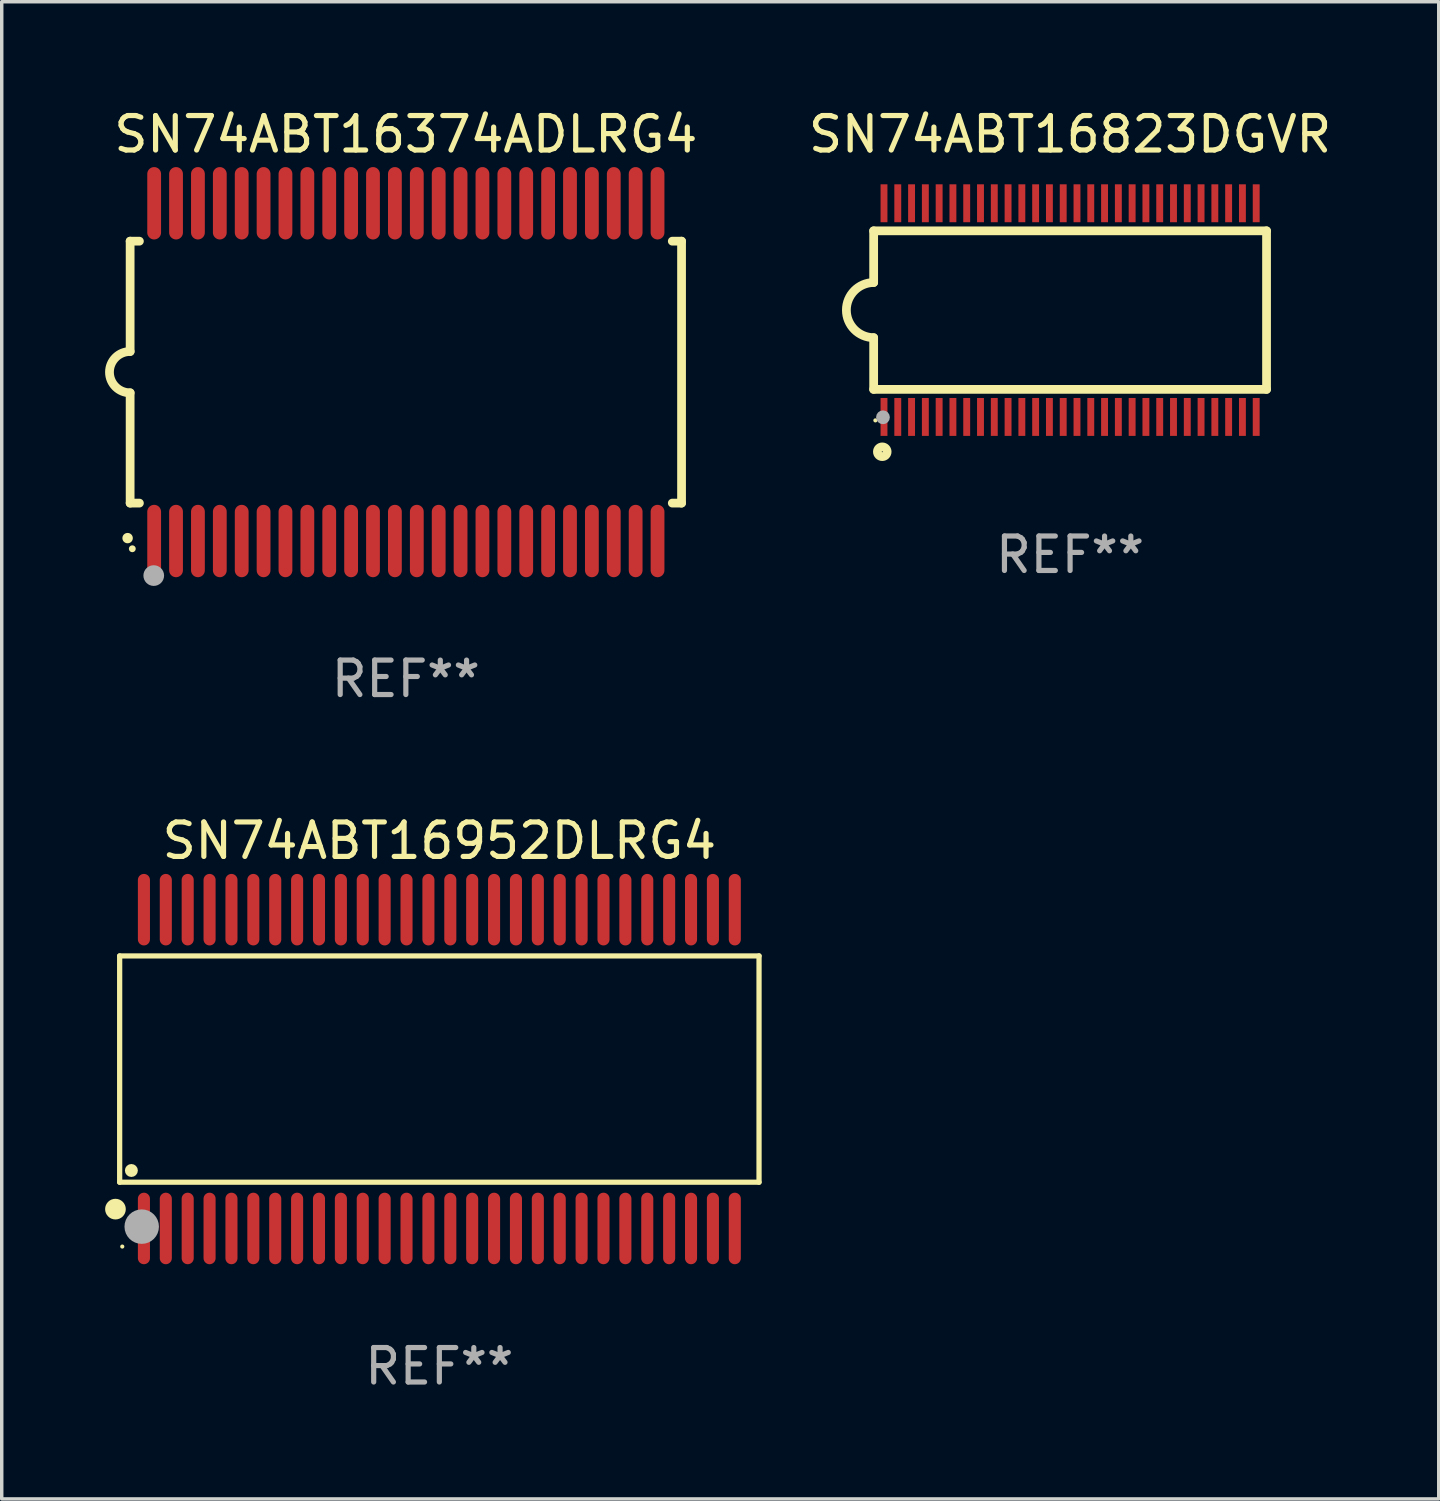
<source format=kicad_pcb>
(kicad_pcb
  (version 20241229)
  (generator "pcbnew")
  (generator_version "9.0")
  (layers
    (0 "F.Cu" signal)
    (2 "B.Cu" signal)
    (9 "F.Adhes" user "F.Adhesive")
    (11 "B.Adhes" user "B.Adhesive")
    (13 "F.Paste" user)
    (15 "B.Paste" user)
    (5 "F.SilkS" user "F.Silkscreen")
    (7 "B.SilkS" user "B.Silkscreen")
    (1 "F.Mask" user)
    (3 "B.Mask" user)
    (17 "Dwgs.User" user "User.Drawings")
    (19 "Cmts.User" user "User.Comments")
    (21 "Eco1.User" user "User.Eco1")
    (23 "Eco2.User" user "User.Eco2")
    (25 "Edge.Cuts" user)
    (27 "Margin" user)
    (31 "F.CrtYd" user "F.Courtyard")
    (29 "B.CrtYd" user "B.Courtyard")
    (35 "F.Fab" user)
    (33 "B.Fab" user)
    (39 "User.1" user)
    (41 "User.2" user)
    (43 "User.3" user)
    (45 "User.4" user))
  (footprint "SN74ABT16952DLRG4"
    (layer "F.Cu")
    (at 9.698 27.97)
    (property "Reference" "SN74ABT16952DLRG4" (at 0 -6.625 0) (layer "F.SilkS") (effects (font (size 1 1) (thickness 0.15))))
    (attr through_hole)
    (fp_line (start -9.276 -3.283) (end 9.276 -3.283) (stroke (width 0.152) (type solid)) (layer "F.SilkS"))
    (fp_line (start -9.276 3.283) (end -9.276 -3.283) (stroke (width 0.152) (type solid)) (layer "F.SilkS"))
    (fp_line (start 9.276 -3.283) (end 9.276 3.283) (stroke (width 0.152) (type solid)) (layer "F.SilkS"))
    (fp_line (start 9.276 3.283) (end -9.276 3.283) (stroke (width 0.152) (type solid)) (layer "F.SilkS"))
    (fp_circle (center -9.398 4.064) (end -9.248 4.064) (stroke (width 0.3) (type solid)) (fill no) (layer "F.SilkS"))
    (fp_circle (center -9.2 5.15) (end -9.17 5.15) (stroke (width 0.06) (type solid)) (fill no) (layer "F.SilkS"))
    (fp_circle (center -8.936 2.943) (end -8.842 2.943) (stroke (width 0.188) (type solid)) (fill no) (layer "F.SilkS"))
    (fp_circle (center -8.636 4.572) (end -8.386 4.572) (stroke (width 0.5) (type solid)) (fill no) (layer "F.Fab"))
    (fp_text user "REF**" (at 0 8.625 0) (layer "F.Fab") (effects (font (size 1 1) (thickness 0.15))))
    (pad "1" smd oval (at -8.572 4.625 90) (size 2.075 0.35) (layers "F.Cu" "F.Mask" "F.Paste"))
    (pad "2" smd oval (at -7.937 4.625 90) (size 2.075 0.35) (layers "F.Cu" "F.Mask" "F.Paste"))
    (pad "3" smd oval (at -7.302 4.625 90) (size 2.075 0.35) (layers "F.Cu" "F.Mask" "F.Paste"))
    (pad "4" smd oval (at -6.667 4.625 90) (size 2.075 0.35) (layers "F.Cu" "F.Mask" "F.Paste"))
    (pad "5" smd oval (at -6.032 4.625 90) (size 2.075 0.35) (layers "F.Cu" "F.Mask" "F.Paste"))
    (pad "6" smd oval (at -5.397 4.625 90) (size 2.075 0.35) (layers "F.Cu" "F.Mask" "F.Paste"))
    (pad "7" smd oval (at -4.762 4.625 90) (size 2.075 0.35) (layers "F.Cu" "F.Mask" "F.Paste"))
    (pad "8" smd oval (at -4.127 4.625 90) (size 2.075 0.35) (layers "F.Cu" "F.Mask" "F.Paste"))
    (pad "9" smd oval (at -3.492 4.625 90) (size 2.075 0.35) (layers "F.Cu" "F.Mask" "F.Paste"))
    (pad "10" smd oval (at -2.857 4.625 90) (size 2.075 0.35) (layers "F.Cu" "F.Mask" "F.Paste"))
    (pad "11" smd oval (at -2.222 4.625 90) (size 2.075 0.35) (layers "F.Cu" "F.Mask" "F.Paste"))
    (pad "12" smd oval (at -1.587 4.625 90) (size 2.075 0.35) (layers "F.Cu" "F.Mask" "F.Paste"))
    (pad "13" smd oval (at -0.952 4.625 90) (size 2.075 0.35) (layers "F.Cu" "F.Mask" "F.Paste"))
    (pad "14" smd oval (at -0.317 4.625 90) (size 2.075 0.35) (layers "F.Cu" "F.Mask" "F.Paste"))
    (pad "15" smd oval (at 0.318 4.625 90) (size 2.075 0.35) (layers "F.Cu" "F.Mask" "F.Paste"))
    (pad "16" smd oval (at 0.953 4.625 90) (size 2.075 0.35) (layers "F.Cu" "F.Mask" "F.Paste"))
    (pad "17" smd oval (at 1.588 4.625 90) (size 2.075 0.35) (layers "F.Cu" "F.Mask" "F.Paste"))
    (pad "18" smd oval (at 2.223 4.625 90) (size 2.075 0.35) (layers "F.Cu" "F.Mask" "F.Paste"))
    (pad "19" smd oval (at 2.858 4.625 90) (size 2.075 0.35) (layers "F.Cu" "F.Mask" "F.Paste"))
    (pad "20" smd oval (at 3.493 4.625 90) (size 2.075 0.35) (layers "F.Cu" "F.Mask" "F.Paste"))
    (pad "21" smd oval (at 4.128 4.625 90) (size 2.075 0.35) (layers "F.Cu" "F.Mask" "F.Paste"))
    (pad "22" smd oval (at 4.763 4.625 90) (size 2.075 0.35) (layers "F.Cu" "F.Mask" "F.Paste"))
    (pad "23" smd oval (at 5.398 4.625 90) (size 2.075 0.35) (layers "F.Cu" "F.Mask" "F.Paste"))
    (pad "24" smd oval (at 6.033 4.625 90) (size 2.075 0.35) (layers "F.Cu" "F.Mask" "F.Paste"))
    (pad "25" smd oval (at 6.668 4.625 90) (size 2.075 0.35) (layers "F.Cu" "F.Mask" "F.Paste"))
    (pad "26" smd oval (at 7.303 4.625 90) (size 2.075 0.35) (layers "F.Cu" "F.Mask" "F.Paste"))
    (pad "27" smd oval (at 7.938 4.625 90) (size 2.075 0.35) (layers "F.Cu" "F.Mask" "F.Paste"))
    (pad "28" smd oval (at 8.573 4.625 90) (size 2.075 0.35) (layers "F.Cu" "F.Mask" "F.Paste"))
    (pad "29" smd oval (at 8.573 -4.625 90) (size 2.075 0.35) (layers "F.Cu" "F.Mask" "F.Paste"))
    (pad "30" smd oval (at 7.938 -4.625 90) (size 2.075 0.35) (layers "F.Cu" "F.Mask" "F.Paste"))
    (pad "31" smd oval (at 7.303 -4.625 90) (size 2.075 0.35) (layers "F.Cu" "F.Mask" "F.Paste"))
    (pad "32" smd oval (at 6.668 -4.625 90) (size 2.075 0.35) (layers "F.Cu" "F.Mask" "F.Paste"))
    (pad "33" smd oval (at 6.033 -4.625 90) (size 2.075 0.35) (layers "F.Cu" "F.Mask" "F.Paste"))
    (pad "34" smd oval (at 5.398 -4.625 90) (size 2.075 0.35) (layers "F.Cu" "F.Mask" "F.Paste"))
    (pad "35" smd oval (at 4.763 -4.625 90) (size 2.075 0.35) (layers "F.Cu" "F.Mask" "F.Paste"))
    (pad "36" smd oval (at 4.128 -4.625 90) (size 2.075 0.35) (layers "F.Cu" "F.Mask" "F.Paste"))
    (pad "37" smd oval (at 3.493 -4.625 90) (size 2.075 0.35) (layers "F.Cu" "F.Mask" "F.Paste"))
    (pad "38" smd oval (at 2.858 -4.625 90) (size 2.075 0.35) (layers "F.Cu" "F.Mask" "F.Paste"))
    (pad "39" smd oval (at 2.223 -4.625 90) (size 2.075 0.35) (layers "F.Cu" "F.Mask" "F.Paste"))
    (pad "40" smd oval (at 1.588 -4.625 90) (size 2.075 0.35) (layers "F.Cu" "F.Mask" "F.Paste"))
    (pad "41" smd oval (at 0.953 -4.625 90) (size 2.075 0.35) (layers "F.Cu" "F.Mask" "F.Paste"))
    (pad "42" smd oval (at 0.318 -4.625 90) (size 2.075 0.35) (layers "F.Cu" "F.Mask" "F.Paste"))
    (pad "43" smd oval (at -0.317 -4.625 90) (size 2.075 0.35) (layers "F.Cu" "F.Mask" "F.Paste"))
    (pad "44" smd oval (at -0.952 -4.625 90) (size 2.075 0.35) (layers "F.Cu" "F.Mask" "F.Paste"))
    (pad "45" smd oval (at -1.587 -4.625 90) (size 2.075 0.35) (layers "F.Cu" "F.Mask" "F.Paste"))
    (pad "46" smd oval (at -2.222 -4.625 90) (size 2.075 0.35) (layers "F.Cu" "F.Mask" "F.Paste"))
    (pad "47" smd oval (at -2.857 -4.625 90) (size 2.075 0.35) (layers "F.Cu" "F.Mask" "F.Paste"))
    (pad "48" smd oval (at -3.492 -4.625 90) (size 2.075 0.35) (layers "F.Cu" "F.Mask" "F.Paste"))
    (pad "49" smd oval (at -4.127 -4.625 90) (size 2.075 0.35) (layers "F.Cu" "F.Mask" "F.Paste"))
    (pad "50" smd oval (at -4.762 -4.625 90) (size 2.075 0.35) (layers "F.Cu" "F.Mask" "F.Paste"))
    (pad "51" smd oval (at -5.397 -4.625 90) (size 2.075 0.35) (layers "F.Cu" "F.Mask" "F.Paste"))
    (pad "52" smd oval (at -6.032 -4.625 90) (size 2.075 0.35) (layers "F.Cu" "F.Mask" "F.Paste"))
    (pad "53" smd oval (at -6.667 -4.625 90) (size 2.075 0.35) (layers "F.Cu" "F.Mask" "F.Paste"))
    (pad "54" smd oval (at -7.302 -4.625 90) (size 2.075 0.35) (layers "F.Cu" "F.Mask" "F.Paste"))
    (pad "55" smd oval (at -7.937 -4.625 90) (size 2.075 0.35) (layers "F.Cu" "F.Mask" "F.Paste"))
    (pad "56" smd oval (at -8.572 -4.625 90) (size 2.075 0.35) (layers "F.Cu" "F.Mask" "F.Paste")))
  (footprint "SN74ABT16374ADLRG4"
    (layer "F.Cu")
    (at 8.726 7.748)
    (property "Reference" "SN74ABT16374ADLRG4" (at 0 -6.9 0) (layer "F.SilkS") (effects (font (size 1 1) (thickness 0.15))))
    (attr through_hole)
    (fp_line (start -8 -3.8) (end -8 -0.599) (stroke (width 0.254) (type solid)) (layer "F.SilkS"))
    (fp_line (start -8 -3.8) (end -7.731 -3.8) (stroke (width 0.254) (type solid)) (layer "F.SilkS"))
    (fp_line (start -8 3.8) (end -8 0.599) (stroke (width 0.254) (type solid)) (layer "F.SilkS"))
    (fp_line (start -7.731 3.8) (end -8 3.8) (stroke (width 0.254) (type solid)) (layer "F.SilkS"))
    (fp_line (start 7.731 -3.8) (end 8 -3.8) (stroke (width 0.254) (type solid)) (layer "F.SilkS"))
    (fp_line (start 8 -3.8) (end 8 3.8) (stroke (width 0.254) (type solid)) (layer "F.SilkS"))
    (fp_line (start 8 3.8) (end 7.731 3.8) (stroke (width 0.254) (type solid)) (layer "F.SilkS"))
    (fp_arc (start -8.074676 4.81585) (mid -8.073406 4.815845) (end -8.072136 4.81585) (stroke (width 0.3) (type solid)) (layer "F.SilkS"))
    (fp_arc (start -8.000025 0.6) (mid -8.598908 0.00056) (end -8.000027 -0.598882) (stroke (width 0.254001) (type solid)) (layer "F.SilkS"))
    (fp_circle (center -7.937 5.125) (end -7.887 5.125) (stroke (width 0.1) (type solid)) (fill no) (layer "F.SilkS"))
    (fp_circle (center -7.315 5.903) (end -7.165 5.903) (stroke (width 0.3) (type solid)) (fill no) (layer "F.Fab"))
    (fp_text user "REF**" (at 0 8.9 0) (layer "F.Fab") (effects (font (size 1 1) (thickness 0.15))))
    (pad "1" smd oval (at -7.303 4.9) (size 0.4 2.1) (layers "F.Cu" "F.Mask" "F.Paste"))
    (pad "2" smd oval (at -6.668 4.9) (size 0.4 2.1) (layers "F.Cu" "F.Mask" "F.Paste"))
    (pad "3" smd oval (at -6.033 4.9) (size 0.4 2.1) (layers "F.Cu" "F.Mask" "F.Paste"))
    (pad "4" smd oval (at -5.398 4.9) (size 0.4 2.1) (layers "F.Cu" "F.Mask" "F.Paste"))
    (pad "5" smd oval (at -4.763 4.9) (size 0.4 2.1) (layers "F.Cu" "F.Mask" "F.Paste"))
    (pad "6" smd oval (at -4.128 4.9) (size 0.4 2.1) (layers "F.Cu" "F.Mask" "F.Paste"))
    (pad "7" smd oval (at -3.493 4.9) (size 0.4 2.1) (layers "F.Cu" "F.Mask" "F.Paste"))
    (pad "8" smd oval (at -2.858 4.9) (size 0.4 2.1) (layers "F.Cu" "F.Mask" "F.Paste"))
    (pad "9" smd oval (at -2.223 4.9) (size 0.4 2.1) (layers "F.Cu" "F.Mask" "F.Paste"))
    (pad "10" smd oval (at -1.588 4.9) (size 0.4 2.1) (layers "F.Cu" "F.Mask" "F.Paste"))
    (pad "11" smd oval (at -0.953 4.9) (size 0.4 2.1) (layers "F.Cu" "F.Mask" "F.Paste"))
    (pad "12" smd oval (at -0.318 4.9) (size 0.4 2.1) (layers "F.Cu" "F.Mask" "F.Paste"))
    (pad "13" smd oval (at 0.318 4.9) (size 0.4 2.1) (layers "F.Cu" "F.Mask" "F.Paste"))
    (pad "14" smd oval (at 0.953 4.9) (size 0.4 2.1) (layers "F.Cu" "F.Mask" "F.Paste"))
    (pad "15" smd oval (at 1.588 4.9) (size 0.4 2.1) (layers "F.Cu" "F.Mask" "F.Paste"))
    (pad "16" smd oval (at 2.223 4.9) (size 0.4 2.1) (layers "F.Cu" "F.Mask" "F.Paste"))
    (pad "17" smd oval (at 2.858 4.9) (size 0.4 2.1) (layers "F.Cu" "F.Mask" "F.Paste"))
    (pad "18" smd oval (at 3.493 4.9) (size 0.4 2.1) (layers "F.Cu" "F.Mask" "F.Paste"))
    (pad "19" smd oval (at 4.128 4.9) (size 0.4 2.1) (layers "F.Cu" "F.Mask" "F.Paste"))
    (pad "20" smd oval (at 4.763 4.9) (size 0.4 2.1) (layers "F.Cu" "F.Mask" "F.Paste"))
    (pad "21" smd oval (at 5.398 4.9) (size 0.4 2.1) (layers "F.Cu" "F.Mask" "F.Paste"))
    (pad "22" smd oval (at 6.033 4.9) (size 0.4 2.1) (layers "F.Cu" "F.Mask" "F.Paste"))
    (pad "23" smd oval (at 6.668 4.9) (size 0.4 2.1) (layers "F.Cu" "F.Mask" "F.Paste"))
    (pad "24" smd oval (at 7.303 4.9) (size 0.4 2.1) (layers "F.Cu" "F.Mask" "F.Paste"))
    (pad "25" smd oval (at 7.303 -4.9 180) (size 0.4 2.1) (layers "F.Cu" "F.Mask" "F.Paste"))
    (pad "26" smd oval (at 6.668 -4.9 180) (size 0.4 2.1) (layers "F.Cu" "F.Mask" "F.Paste"))
    (pad "27" smd oval (at 6.033 -4.9 180) (size 0.4 2.1) (layers "F.Cu" "F.Mask" "F.Paste"))
    (pad "28" smd oval (at 5.398 -4.9 180) (size 0.4 2.1) (layers "F.Cu" "F.Mask" "F.Paste"))
    (pad "29" smd oval (at 4.763 -4.9 180) (size 0.4 2.1) (layers "F.Cu" "F.Mask" "F.Paste"))
    (pad "30" smd oval (at 4.128 -4.9 180) (size 0.4 2.1) (layers "F.Cu" "F.Mask" "F.Paste"))
    (pad "31" smd oval (at 3.493 -4.9 180) (size 0.4 2.1) (layers "F.Cu" "F.Mask" "F.Paste"))
    (pad "32" smd oval (at 2.858 -4.9 180) (size 0.4 2.1) (layers "F.Cu" "F.Mask" "F.Paste"))
    (pad "33" smd oval (at 2.223 -4.9 180) (size 0.4 2.1) (layers "F.Cu" "F.Mask" "F.Paste"))
    (pad "34" smd oval (at 1.588 -4.9 180) (size 0.4 2.1) (layers "F.Cu" "F.Mask" "F.Paste"))
    (pad "35" smd oval (at 0.953 -4.9 180) (size 0.4 2.1) (layers "F.Cu" "F.Mask" "F.Paste"))
    (pad "36" smd oval (at 0.318 -4.9 180) (size 0.4 2.1) (layers "F.Cu" "F.Mask" "F.Paste"))
    (pad "37" smd oval (at -0.318 -4.9 180) (size 0.4 2.1) (layers "F.Cu" "F.Mask" "F.Paste"))
    (pad "38" smd oval (at -0.953 -4.9 180) (size 0.4 2.1) (layers "F.Cu" "F.Mask" "F.Paste"))
    (pad "39" smd oval (at -1.588 -4.9 180) (size 0.4 2.1) (layers "F.Cu" "F.Mask" "F.Paste"))
    (pad "40" smd oval (at -2.223 -4.9 180) (size 0.4 2.1) (layers "F.Cu" "F.Mask" "F.Paste"))
    (pad "41" smd oval (at -2.858 -4.9 180) (size 0.4 2.1) (layers "F.Cu" "F.Mask" "F.Paste"))
    (pad "42" smd oval (at -3.493 -4.9 180) (size 0.4 2.1) (layers "F.Cu" "F.Mask" "F.Paste"))
    (pad "43" smd oval (at -4.128 -4.9 180) (size 0.4 2.1) (layers "F.Cu" "F.Mask" "F.Paste"))
    (pad "44" smd oval (at -4.763 -4.9 180) (size 0.4 2.1) (layers "F.Cu" "F.Mask" "F.Paste"))
    (pad "45" smd oval (at -5.398 -4.9 180) (size 0.4 2.1) (layers "F.Cu" "F.Mask" "F.Paste"))
    (pad "46" smd oval (at -6.033 -4.9 180) (size 0.4 2.1) (layers "F.Cu" "F.Mask" "F.Paste"))
    (pad "47" smd oval (at -6.668 -4.9 180) (size 0.4 2.1) (layers "F.Cu" "F.Mask" "F.Paste"))
    (pad "48" smd oval (at -7.303 -4.9 180) (size 0.4 2.1) (layers "F.Cu" "F.Mask" "F.Paste")))
  (footprint "SN74ABT16823DGVR"
    (layer "F.Cu")
    (at 28 5.948)
    (property "Reference" "SN74ABT16823DGVR" (at 0 -5.1 0) (layer "F.SilkS") (effects (font (size 1 1) (thickness 0.15))))
    (attr through_hole)
    (fp_line (start -5.7 -2.3) (end -5.7 -0.8) (stroke (width 0.254) (type solid)) (layer "F.SilkS"))
    (fp_line (start -5.7 -2.3) (end 5.7 -2.3) (stroke (width 0.254) (type solid)) (layer "F.SilkS"))
    (fp_line (start -5.7 2.3) (end -5.7 0.8) (stroke (width 0.254) (type solid)) (layer "F.SilkS"))
    (fp_line (start -5.7 2.3) (end 5.7 2.3) (stroke (width 0.254) (type solid)) (layer "F.SilkS"))
    (fp_line (start 5.7 -2.3) (end 5.7 2.3) (stroke (width 0.254) (type solid)) (layer "F.SilkS"))
    (fp_arc (start -5.700013 0.800025) (mid -6.500343 -0.000382) (end -5.699962 -0.800737) (stroke (width 0.254001) (type solid)) (layer "F.SilkS"))
    (fp_circle (center -5.65 3.2) (end -5.62 3.2) (stroke (width 0.06) (type solid)) (fill no) (layer "F.SilkS"))
    (fp_circle (center -5.45 4.11) (end -5.309 4.11) (stroke (width 0.254) (type solid)) (fill no) (layer "F.SilkS"))
    (fp_circle (center -5.43 3.11) (end -5.33 3.11) (stroke (width 0.2) (type solid)) (fill no) (layer "F.Fab"))
    (fp_text user "REF**" (at 0 7.1 0) (layer "F.Fab") (effects (font (size 1 1) (thickness 0.15))))
    (pad "1" smd rect (at -5.4 3.1) (size 0.2 1.1) (layers "F.Cu" "F.Mask" "F.Paste"))
    (pad "2" smd rect (at -5 3.1) (size 0.2 1.1) (layers "F.Cu" "F.Mask" "F.Paste"))
    (pad "3" smd rect (at -4.6 3.1) (size 0.2 1.1) (layers "F.Cu" "F.Mask" "F.Paste"))
    (pad "4" smd rect (at -4.2 3.1) (size 0.2 1.1) (layers "F.Cu" "F.Mask" "F.Paste"))
    (pad "5" smd rect (at -3.8 3.1) (size 0.2 1.1) (layers "F.Cu" "F.Mask" "F.Paste"))
    (pad "6" smd rect (at -3.4 3.1) (size 0.2 1.1) (layers "F.Cu" "F.Mask" "F.Paste"))
    (pad "7" smd rect (at -3 3.1) (size 0.2 1.1) (layers "F.Cu" "F.Mask" "F.Paste"))
    (pad "8" smd rect (at -2.6 3.1) (size 0.2 1.1) (layers "F.Cu" "F.Mask" "F.Paste"))
    (pad "9" smd rect (at -2.2 3.1) (size 0.2 1.1) (layers "F.Cu" "F.Mask" "F.Paste"))
    (pad "10" smd rect (at -1.8 3.1) (size 0.2 1.1) (layers "F.Cu" "F.Mask" "F.Paste"))
    (pad "11" smd rect (at -1.4 3.1) (size 0.2 1.1) (layers "F.Cu" "F.Mask" "F.Paste"))
    (pad "12" smd rect (at -1 3.1) (size 0.2 1.1) (layers "F.Cu" "F.Mask" "F.Paste"))
    (pad "13" smd rect (at -0.6 3.1) (size 0.2 1.1) (layers "F.Cu" "F.Mask" "F.Paste"))
    (pad "14" smd rect (at -0.2 3.1) (size 0.2 1.1) (layers "F.Cu" "F.Mask" "F.Paste"))
    (pad "15" smd rect (at 0.2 3.1) (size 0.2 1.1) (layers "F.Cu" "F.Mask" "F.Paste"))
    (pad "16" smd rect (at 0.6 3.1) (size 0.2 1.1) (layers "F.Cu" "F.Mask" "F.Paste"))
    (pad "17" smd rect (at 1 3.1) (size 0.2 1.1) (layers "F.Cu" "F.Mask" "F.Paste"))
    (pad "18" smd rect (at 1.4 3.1) (size 0.2 1.1) (layers "F.Cu" "F.Mask" "F.Paste"))
    (pad "19" smd rect (at 1.8 3.1) (size 0.2 1.1) (layers "F.Cu" "F.Mask" "F.Paste"))
    (pad "20" smd rect (at 2.2 3.1) (size 0.2 1.1) (layers "F.Cu" "F.Mask" "F.Paste"))
    (pad "21" smd rect (at 2.6 3.1) (size 0.2 1.1) (layers "F.Cu" "F.Mask" "F.Paste"))
    (pad "22" smd rect (at 3 3.1) (size 0.2 1.1) (layers "F.Cu" "F.Mask" "F.Paste"))
    (pad "23" smd rect (at 3.4 3.1) (size 0.2 1.1) (layers "F.Cu" "F.Mask" "F.Paste"))
    (pad "24" smd rect (at 3.8 3.1) (size 0.2 1.1) (layers "F.Cu" "F.Mask" "F.Paste"))
    (pad "25" smd rect (at 4.2 3.1) (size 0.2 1.1) (layers "F.Cu" "F.Mask" "F.Paste"))
    (pad "26" smd rect (at 4.6 3.1) (size 0.2 1.1) (layers "F.Cu" "F.Mask" "F.Paste"))
    (pad "27" smd rect (at 5 3.1) (size 0.2 1.1) (layers "F.Cu" "F.Mask" "F.Paste"))
    (pad "28" smd rect (at 5.4 3.1) (size 0.2 1.1) (layers "F.Cu" "F.Mask" "F.Paste"))
    (pad "29" smd rect (at 5.4 -3.1) (size 0.2 1.1) (layers "F.Cu" "F.Mask" "F.Paste"))
    (pad "30" smd rect (at 5 -3.1) (size 0.2 1.1) (layers "F.Cu" "F.Mask" "F.Paste"))
    (pad "31" smd rect (at 4.6 -3.1) (size 0.2 1.1) (layers "F.Cu" "F.Mask" "F.Paste"))
    (pad "32" smd rect (at 4.2 -3.1) (size 0.2 1.1) (layers "F.Cu" "F.Mask" "F.Paste"))
    (pad "33" smd rect (at 3.8 -3.1) (size 0.2 1.1) (layers "F.Cu" "F.Mask" "F.Paste"))
    (pad "34" smd rect (at 3.4 -3.1) (size 0.2 1.1) (layers "F.Cu" "F.Mask" "F.Paste"))
    (pad "35" smd rect (at 3 -3.1) (size 0.2 1.1) (layers "F.Cu" "F.Mask" "F.Paste"))
    (pad "36" smd rect (at 2.6 -3.1) (size 0.2 1.1) (layers "F.Cu" "F.Mask" "F.Paste"))
    (pad "37" smd rect (at 2.2 -3.1) (size 0.2 1.1) (layers "F.Cu" "F.Mask" "F.Paste"))
    (pad "38" smd rect (at 1.8 -3.1) (size 0.2 1.1) (layers "F.Cu" "F.Mask" "F.Paste"))
    (pad "39" smd rect (at 1.4 -3.1) (size 0.2 1.1) (layers "F.Cu" "F.Mask" "F.Paste"))
    (pad "40" smd rect (at 1 -3.1) (size 0.2 1.1) (layers "F.Cu" "F.Mask" "F.Paste"))
    (pad "41" smd rect (at 0.6 -3.1) (size 0.2 1.1) (layers "F.Cu" "F.Mask" "F.Paste"))
    (pad "42" smd rect (at 0.2 -3.1) (size 0.2 1.1) (layers "F.Cu" "F.Mask" "F.Paste"))
    (pad "43" smd rect (at -0.2 -3.1) (size 0.2 1.1) (layers "F.Cu" "F.Mask" "F.Paste"))
    (pad "44" smd rect (at -0.6 -3.1) (size 0.2 1.1) (layers "F.Cu" "F.Mask" "F.Paste"))
    (pad "45" smd rect (at -1 -3.1) (size 0.2 1.1) (layers "F.Cu" "F.Mask" "F.Paste"))
    (pad "46" smd rect (at -1.4 -3.1) (size 0.2 1.1) (layers "F.Cu" "F.Mask" "F.Paste"))
    (pad "47" smd rect (at -1.8 -3.1) (size 0.2 1.1) (layers "F.Cu" "F.Mask" "F.Paste"))
    (pad "48" smd rect (at -2.2 -3.1) (size 0.2 1.1) (layers "F.Cu" "F.Mask" "F.Paste"))
    (pad "49" smd rect (at -2.6 -3.1) (size 0.2 1.1) (layers "F.Cu" "F.Mask" "F.Paste"))
    (pad "50" smd rect (at -3 -3.1) (size 0.2 1.1) (layers "F.Cu" "F.Mask" "F.Paste"))
    (pad "51" smd rect (at -3.4 -3.1) (size 0.2 1.1) (layers "F.Cu" "F.Mask" "F.Paste"))
    (pad "52" smd rect (at -3.8 -3.1) (size 0.2 1.1) (layers "F.Cu" "F.Mask" "F.Paste"))
    (pad "53" smd rect (at -4.2 -3.1) (size 0.2 1.1) (layers "F.Cu" "F.Mask" "F.Paste"))
    (pad "54" smd rect (at -4.6 -3.1) (size 0.2 1.1) (layers "F.Cu" "F.Mask" "F.Paste"))
    (pad "55" smd rect (at -5 -3.1) (size 0.2 1.1) (layers "F.Cu" "F.Mask" "F.Paste"))
    (pad "56" smd rect (at -5.4 -3.1) (size 0.2 1.1) (layers "F.Cu" "F.Mask" "F.Paste")))
  (gr_rect
    (start -3 -3)
    (end 38.696 40.443)
    (stroke (width 0.1) (type default))
    (fill no)
    (layer "Edge.Cuts")))
</source>
